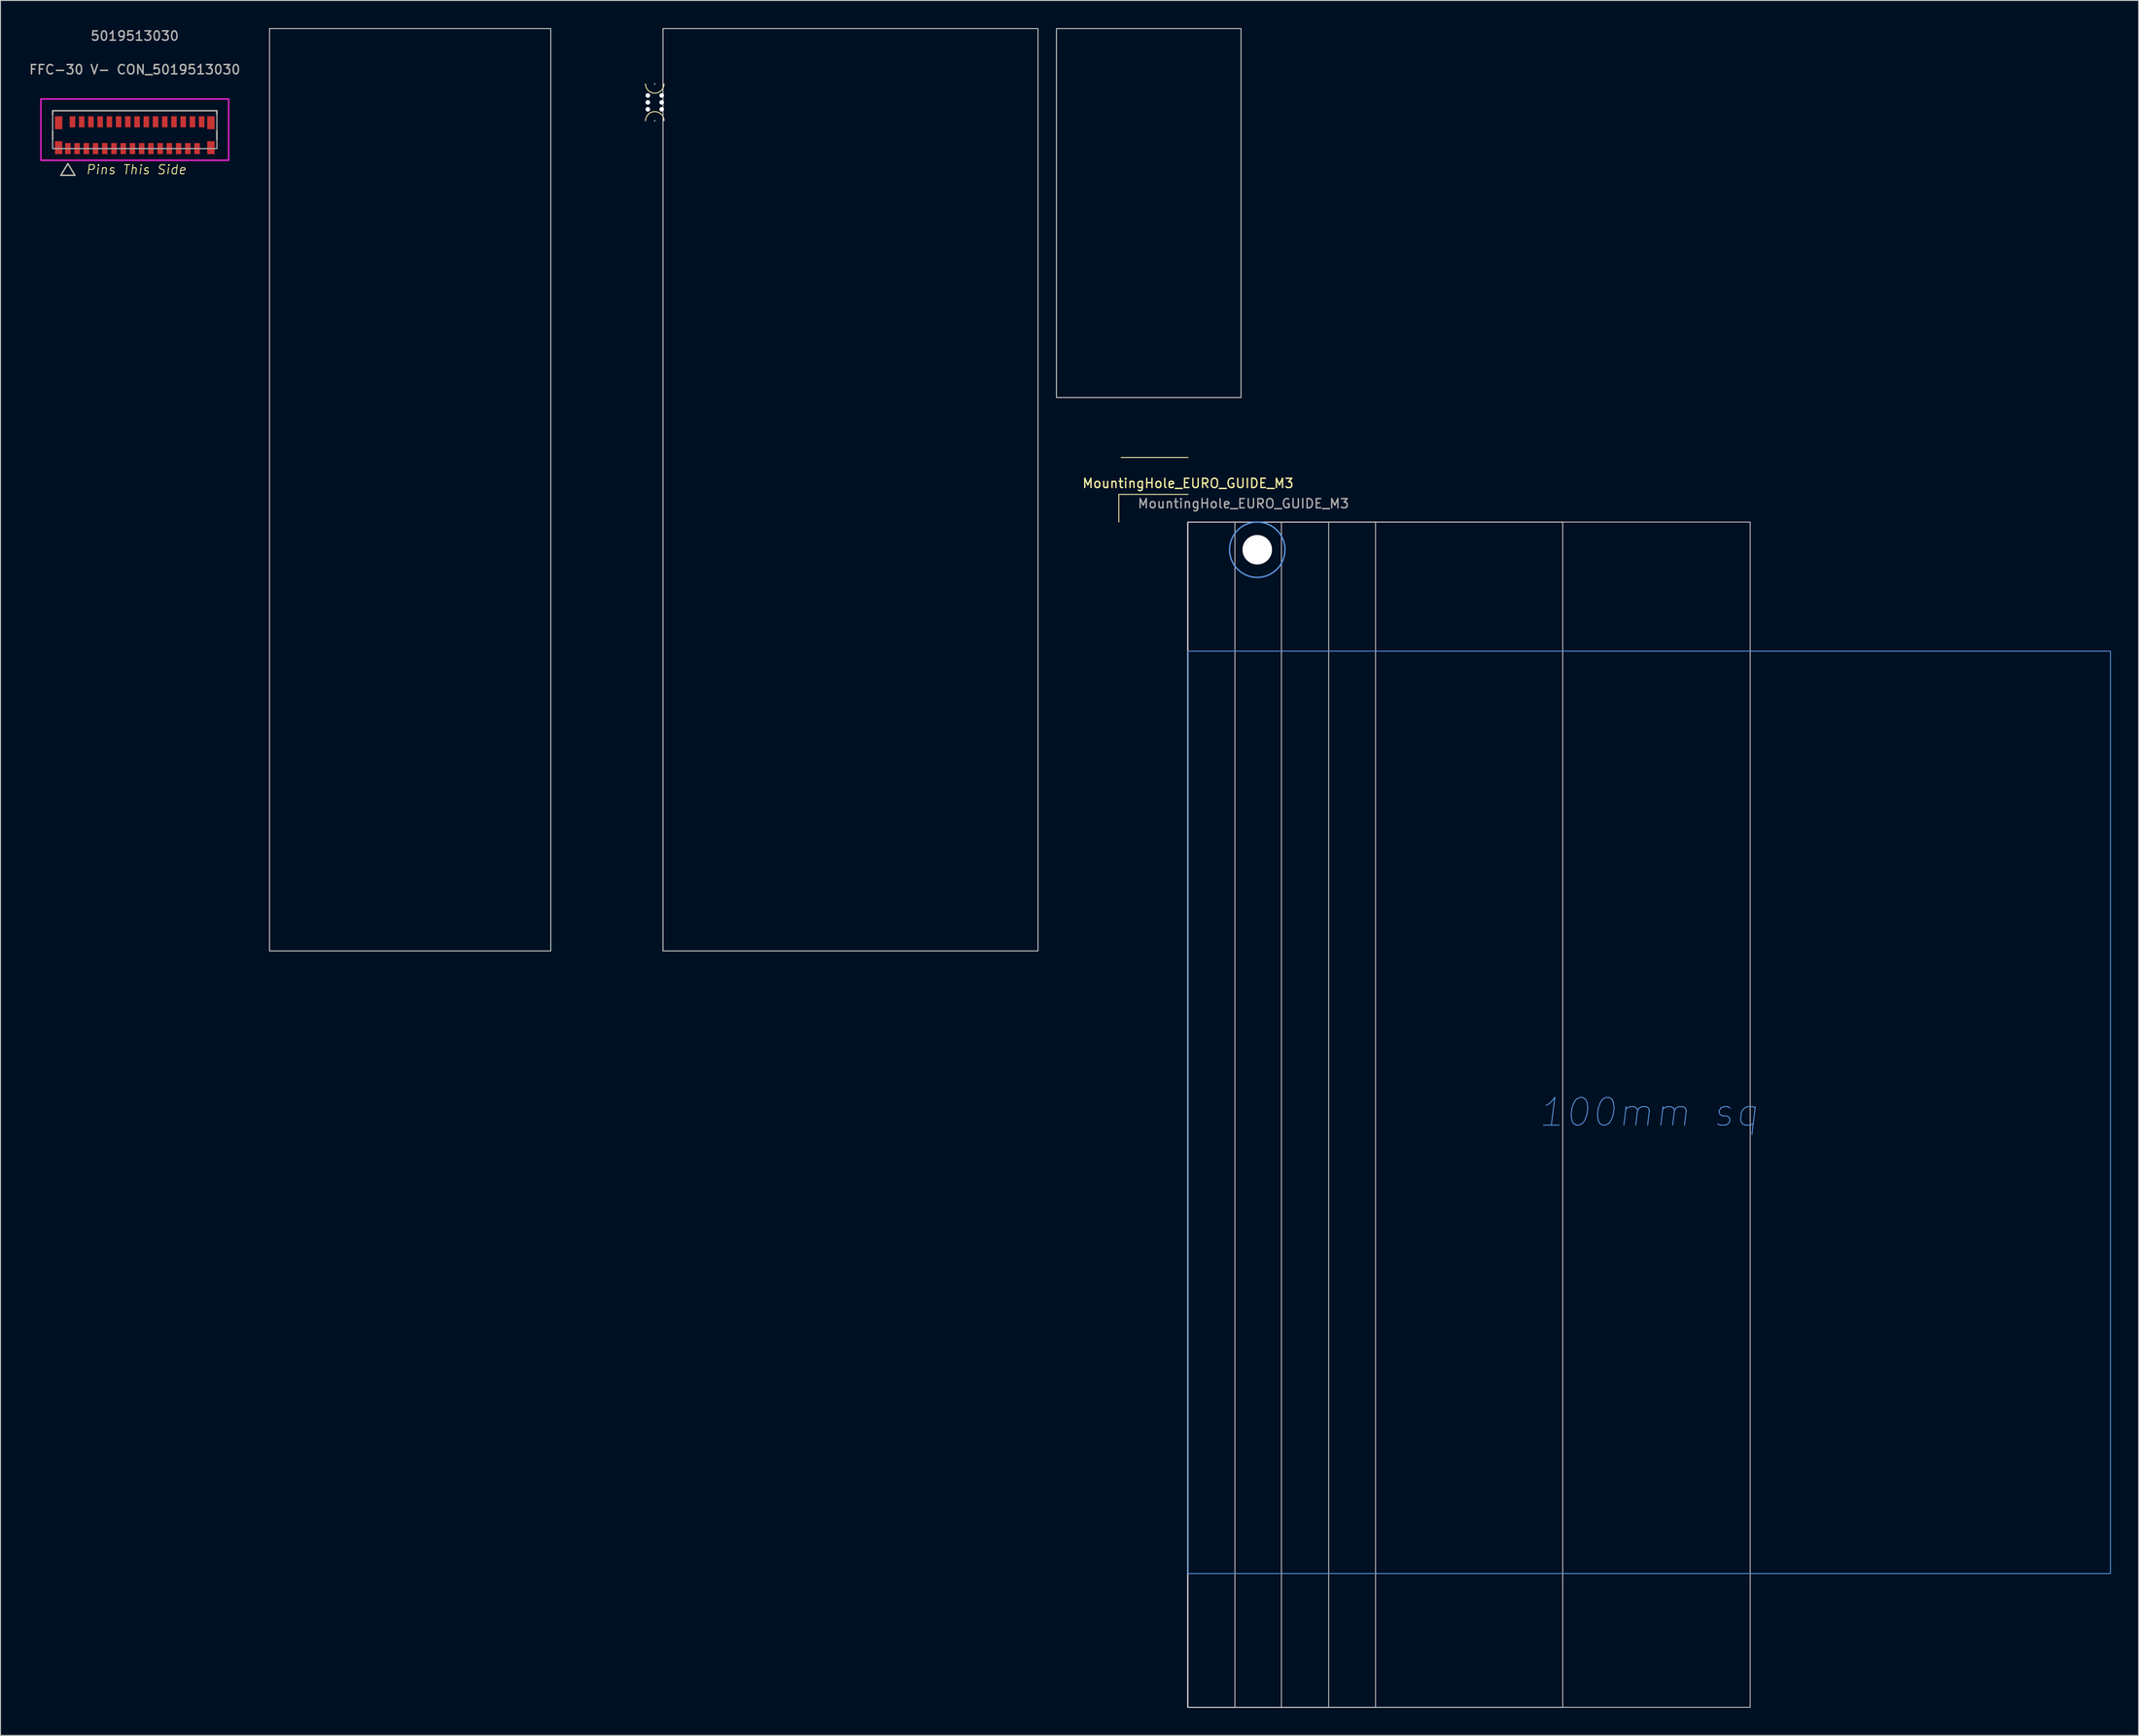
<source format=kicad_pcb>
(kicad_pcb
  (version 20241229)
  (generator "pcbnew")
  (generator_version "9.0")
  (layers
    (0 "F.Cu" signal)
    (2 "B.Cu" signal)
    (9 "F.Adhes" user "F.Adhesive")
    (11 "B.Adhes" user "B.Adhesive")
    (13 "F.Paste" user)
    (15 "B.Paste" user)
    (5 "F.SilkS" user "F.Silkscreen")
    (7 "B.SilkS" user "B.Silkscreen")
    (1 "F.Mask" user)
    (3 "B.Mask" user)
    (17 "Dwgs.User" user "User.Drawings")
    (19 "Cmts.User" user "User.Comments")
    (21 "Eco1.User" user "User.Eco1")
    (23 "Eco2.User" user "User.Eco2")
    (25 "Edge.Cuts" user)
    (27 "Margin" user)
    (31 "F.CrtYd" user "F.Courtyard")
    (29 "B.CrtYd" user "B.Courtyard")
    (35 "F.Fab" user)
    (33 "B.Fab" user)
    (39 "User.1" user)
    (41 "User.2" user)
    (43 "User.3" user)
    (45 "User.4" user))
  (footprint "MountingHole_EURO_GUIDE_M3"
    (layer "F.Cu")
    (at 125.657 53.55)
    (property "Reference" "MountingHole_EURO_GUIDE_M3" (at 0.04 -4.2 0) (layer "F.SilkS") (effects (font (size 1 1) (thickness 0.15))))
    (attr exclude_from_pos_files exclude_from_bom)
    (fp_circle (center 7.54 3) (end 10.54 3) (stroke (width 0.1) (type solid)) (fill yes) (layer "F.Mask"))
    (fp_circle (center 7.5 17) (end 10.5 17) (stroke (width 0.1) (type solid)) (fill yes) (layer "B.Mask"))
    (fp_circle (center 7.54 3) (end 10.54 3) (stroke (width 0.1) (type solid)) (fill yes) (layer "B.Mask"))
    (fp_line (start -7.46 -3) (end 0.04 -3) (stroke (width 0.1) (type default)) (layer "F.SilkS"))
    (fp_line (start -7.46 0) (end -7.46 -3) (stroke (width 0.1) (type default)) (layer "F.SilkS"))
    (fp_line (start -7.21 -7) (end 0.04 -7) (stroke (width 0.1) (type default)) (layer "F.SilkS"))
    (fp_arc (start -58.75 -43.5) (mid -57.75 -44.5) (end -56.75 -43.5) (stroke (width 0.1) (type solid)) (layer "F.SilkS"))
    (fp_arc (start -56.75 -47.5) (mid -57.75 -46.5) (end -58.75 -47.5) (stroke (width 0.1) (type solid)) (layer "F.SilkS"))
    (fp_rect (start 0 0) (end 10.16 128.5) (stroke (width 0.1) (type default)) (fill no) (layer "Dwgs.User"))
    (fp_rect (start 0 0) (end 40.64 128.5) (stroke (width 0.1) (type default)) (fill no) (layer "Dwgs.User"))
    (fp_rect (start 0 0) (end 60.96 128.5) (stroke (width 0.1) (type default)) (fill no) (layer "Dwgs.User"))
    (fp_rect (start 0.04 0) (end 5.12 128.5) (stroke (width 0.1) (type default)) (fill no) (layer "Dwgs.User"))
    (fp_rect (start 0.04 0) (end 15.28 128.5) (stroke (width 0.1) (type default)) (fill no) (layer "Dwgs.User"))
    (fp_rect (start 0.04 0) (end 20.36 128.5) (stroke (width 0.1) (type default)) (fill no) (layer "Dwgs.User"))
    (fp_circle (center -57.75 -47.5) (end -57.75 -47.56) (stroke (width 0.05) (type solid)) (fill no) (layer "Dwgs.User"))
    (fp_circle (center -57.75 -43.5) (end -57.81 -43.5) (stroke (width 0.05) (type solid)) (fill no) (layer "Dwgs.User"))
    (fp_rect (start 0 14) (end 100 114) (stroke (width 0.1) (type default)) (fill no) (layer "Cmts.User"))
    (fp_circle (center 7.54 3) (end 10.54 3) (stroke (width 0.15) (type solid)) (fill no) (layer "Cmts.User"))
    (fp_line (start -57.75 -47.5) (end -57.75 -47.5) (stroke (width 2) (type solid)) (layer "Eco1.User"))
    (fp_line (start -57.75 -43.5) (end -57.75 -43.5) (stroke (width 2) (type solid)) (layer "Eco1.User"))
    (fp_rect (start -99.5 -53.5) (end -69.02 46.5) (stroke (width 0.1) (type default)) (fill no) (layer "Edge.Cuts"))
    (fp_rect (start -56.86 -53.5) (end -16.22 46.5) (stroke (width 0.1) (type default)) (fill no) (layer "Edge.Cuts"))
    (fp_rect (start -14.22 -53.5) (end 5.78 -13.5) (stroke (width 0.1) (type default)) (fill no) (layer "Edge.Cuts"))
    (fp_circle (center 7.54 3) (end 10.54 3) (stroke (width 0.05) (type solid)) (fill no) (layer "F.CrtYd"))
    (fp_text user "100mm sq" (at 50 64 0) (unlocked yes) (layer "Cmts.User") (effects (font (size 3 3) (thickness 0.1) (italic yes))))
    (fp_text user "${REFERENCE}" (at 6.04 -2 0) (layer "F.Fab") (effects (font (size 1 1) (thickness 0.15))))
    (pad "" np_thru_hole circle (at -58.5 -46.25 90) (size 0.5 0.5) (drill 0.5) (layers "*.Cu" "*.Mask"))
    (pad "" np_thru_hole circle (at -58.5 -45.5 90) (size 0.5 0.5) (drill 0.5) (layers "*.Cu" "*.Mask"))
    (pad "" np_thru_hole circle (at -58.5 -44.75 90) (size 0.5 0.5) (drill 0.5) (layers "*.Cu" "*.Mask"))
    (pad "" np_thru_hole circle (at -57 -46.25 90) (size 0.5 0.5) (drill 0.5) (layers "*.Cu" "*.Mask"))
    (pad "" np_thru_hole circle (at -57 -45.5 90) (size 0.5 0.5) (drill 0.5) (layers "*.Cu" "*.Mask"))
    (pad "" np_thru_hole circle (at -57 -44.75 90) (size 0.5 0.5) (drill 0.5) (layers "*.Cu" "*.Mask"))
    (pad "" np_thru_hole circle (at 7.54 3 90) (size 3.2 3.2) (drill 3.2) (layers "*.Cu" "*.Mask")))
  (footprint "FFC-30 V- CON_5019513030"
    (layer "F.Cu")
    (at 11.554 11.608)
    (property "Reference" "FFC-30 V- CON_5019513030" (at 0 -7.112 0) (unlocked yes) (layer "F.SilkS") (effects (font (size 1 1) (thickness 0.15))))
    (attr smd)
    (fp_line (start -8.9 -2.65) (end -8.9 -2.25) (stroke (width 0.152) (type solid)) (layer "F.SilkS"))
    (fp_line (start -8.9 -0.45) (end -8.9 0.45) (stroke (width 0.152) (type solid)) (layer "F.SilkS"))
    (fp_line (start -8.011 4.35) (end -7.249 3.08) (stroke (width 0.152) (type solid)) (layer "F.SilkS"))
    (fp_line (start -7.249 3.08) (end -6.487 4.35) (stroke (width 0.152) (type solid)) (layer "F.SilkS"))
    (fp_line (start -6.487 4.35) (end -8.011 4.35) (stroke (width 0.152) (type solid)) (layer "F.SilkS"))
    (fp_line (start 8.9 -2.65) (end -8.9 -2.65) (stroke (width 0.152) (type solid)) (layer "F.SilkS"))
    (fp_line (start 8.9 -2.25) (end 8.9 -2.65) (stroke (width 0.152) (type solid)) (layer "F.SilkS"))
    (fp_line (start 8.9 0.45) (end 8.9 -0.45) (stroke (width 0.152) (type solid)) (layer "F.SilkS"))
    (fp_line (start -10.17 -3.92) (end -10.17 2.72) (stroke (width 0.127) (type solid)) (layer "F.CrtYd"))
    (fp_line (start -10.17 -3.92) (end -10.17 2.72) (stroke (width 0.127) (type solid)) (layer "F.CrtYd"))
    (fp_line (start -10.17 2.72) (end 10.17 2.72) (stroke (width 0.127) (type solid)) (layer "F.CrtYd"))
    (fp_line (start -10.17 2.72) (end 10.17 2.72) (stroke (width 0.127) (type solid)) (layer "F.CrtYd"))
    (fp_line (start 10.17 -3.92) (end -10.17 -3.92) (stroke (width 0.127) (type solid)) (layer "F.CrtYd"))
    (fp_line (start 10.17 -3.92) (end -10.17 -3.92) (stroke (width 0.127) (type solid)) (layer "F.CrtYd"))
    (fp_line (start 10.17 2.72) (end 10.17 -3.92) (stroke (width 0.127) (type solid)) (layer "F.CrtYd"))
    (fp_line (start 10.17 2.72) (end 10.17 -3.92) (stroke (width 0.127) (type solid)) (layer "F.CrtYd"))
    (fp_line (start -8.9 -2.65) (end -8.9 1.45) (stroke (width 0.127) (type solid)) (layer "F.Fab"))
    (fp_line (start -8.9 1.45) (end 8.9 1.45) (stroke (width 0.127) (type solid)) (layer "F.Fab"))
    (fp_line (start -8.011 4.35) (end -7.249 3.08) (stroke (width 0.127) (type solid)) (layer "F.Fab"))
    (fp_line (start -7.249 3.08) (end -6.487 4.35) (stroke (width 0.127) (type solid)) (layer "F.Fab"))
    (fp_line (start -6.487 4.35) (end -8.011 4.35) (stroke (width 0.127) (type solid)) (layer "F.Fab"))
    (fp_line (start 8.9 -2.65) (end -8.9 -2.65) (stroke (width 0.127) (type solid)) (layer "F.Fab"))
    (fp_line (start 8.9 1.45) (end 8.9 -2.65) (stroke (width 0.127) (type solid)) (layer "F.Fab"))
    (fp_text user "Pins This Side" (at -5.334 4.318 0) (unlocked yes) (layer "F.SilkS") (effects (font (size 1 1) (thickness 0.1) (italic yes)) (justify left bottom)))
    (fp_text user "${REFERENCE}" (at 0 -7.112 0) (unlocked yes) (layer "F.Fab") (effects (font (size 1 1) (thickness 0.15))))
    (fp_text user "5019513030" (at 0 -10.76 0) (unlocked yes) (layer "F.Fab") (effects (font (size 1 1) (thickness 0.15))))
    (fp_text user "5019513030" (at 0 -10.76 0) (unlocked yes) (layer "F.Fab") (effects (font (size 1 1) (thickness 0.15))))
    (pad "1" smd rect (at -7.25 1.45) (size 0.6 1.2) (layers "F.Cu" "F.Mask" "F.Paste"))
    (pad "2" smd rect (at -6.75 -1.45) (size 0.6 1.2) (layers "F.Cu" "F.Mask" "F.Paste"))
    (pad "3" smd rect (at -6.25 1.45) (size 0.6 1.2) (layers "F.Cu" "F.Mask" "F.Paste"))
    (pad "4" smd rect (at -5.75 -1.45) (size 0.6 1.2) (layers "F.Cu" "F.Mask" "F.Paste"))
    (pad "5" smd rect (at -5.25 1.45) (size 0.6 1.2) (layers "F.Cu" "F.Mask" "F.Paste"))
    (pad "6" smd rect (at -4.75 -1.45) (size 0.6 1.2) (layers "F.Cu" "F.Mask" "F.Paste"))
    (pad "7" smd rect (at -4.25 1.45) (size 0.6 1.2) (layers "F.Cu" "F.Mask" "F.Paste"))
    (pad "8" smd rect (at -3.75 -1.45) (size 0.6 1.2) (layers "F.Cu" "F.Mask" "F.Paste"))
    (pad "9" smd rect (at -3.25 1.45) (size 0.6 1.2) (layers "F.Cu" "F.Mask" "F.Paste"))
    (pad "10" smd rect (at -2.75 -1.45) (size 0.6 1.2) (layers "F.Cu" "F.Mask" "F.Paste"))
    (pad "11" smd rect (at -2.25 1.45) (size 0.6 1.2) (layers "F.Cu" "F.Mask" "F.Paste"))
    (pad "12" smd rect (at -1.75 -1.45) (size 0.6 1.2) (layers "F.Cu" "F.Mask" "F.Paste"))
    (pad "13" smd rect (at -1.25 1.45) (size 0.6 1.2) (layers "F.Cu" "F.Mask" "F.Paste"))
    (pad "14" smd rect (at -0.75 -1.45) (size 0.6 1.2) (layers "F.Cu" "F.Mask" "F.Paste"))
    (pad "15" smd rect (at -0.25 1.45) (size 0.6 1.2) (layers "F.Cu" "F.Mask" "F.Paste"))
    (pad "16" smd rect (at 0.25 -1.45) (size 0.6 1.2) (layers "F.Cu" "F.Mask" "F.Paste"))
    (pad "17" smd rect (at 0.75 1.45) (size 0.6 1.2) (layers "F.Cu" "F.Mask" "F.Paste"))
    (pad "18" smd rect (at 1.25 -1.45) (size 0.6 1.2) (layers "F.Cu" "F.Mask" "F.Paste"))
    (pad "19" smd rect (at 1.75 1.45) (size 0.6 1.2) (layers "F.Cu" "F.Mask" "F.Paste"))
    (pad "20" smd rect (at 2.25 -1.45) (size 0.6 1.2) (layers "F.Cu" "F.Mask" "F.Paste"))
    (pad "21" smd rect (at 2.75 1.45) (size 0.6 1.2) (layers "F.Cu" "F.Mask" "F.Paste"))
    (pad "22" smd rect (at 3.25 -1.45) (size 0.6 1.2) (layers "F.Cu" "F.Mask" "F.Paste"))
    (pad "23" smd rect (at 3.75 1.45) (size 0.6 1.2) (layers "F.Cu" "F.Mask" "F.Paste"))
    (pad "24" smd rect (at 4.25 -1.45) (size 0.6 1.2) (layers "F.Cu" "F.Mask" "F.Paste"))
    (pad "25" smd rect (at 4.75 1.45) (size 0.6 1.2) (layers "F.Cu" "F.Mask" "F.Paste"))
    (pad "26" smd rect (at 5.25 -1.45) (size 0.6 1.2) (layers "F.Cu" "F.Mask" "F.Paste"))
    (pad "27" smd rect (at 5.75 1.45) (size 0.6 1.2) (layers "F.Cu" "F.Mask" "F.Paste"))
    (pad "28" smd rect (at 6.25 -1.45) (size 0.6 1.2) (layers "F.Cu" "F.Mask" "F.Paste"))
    (pad "29" smd rect (at 6.75 1.45) (size 0.6 1.2) (layers "F.Cu" "F.Mask" "F.Paste"))
    (pad "30" smd rect (at 7.25 -1.45) (size 0.6 1.2) (layers "F.Cu" "F.Mask" "F.Paste"))
    (pad "P1" smd rect (at -8.25 1.35) (size 0.8 1.4) (layers "F.Cu" "F.Mask" "F.Paste"))
    (pad "P2" smd rect (at 8.25 1.35) (size 0.8 1.4) (layers "F.Cu" "F.Mask" "F.Paste"))
    (pad "P3" smd rect (at -8.25 -1.35) (size 0.8 1.4) (layers "F.Cu" "F.Mask" "F.Paste"))
    (pad "P4" smd rect (at 8.25 -1.35) (size 0.8 1.4) (layers "F.Cu" "F.Mask" "F.Paste")))
  (gr_rect
    (start -3 -3)
    (end 228.707 185.1)
    (stroke (width 0.1) (type default))
    (fill no)
    (layer "Edge.Cuts")))
</source>
